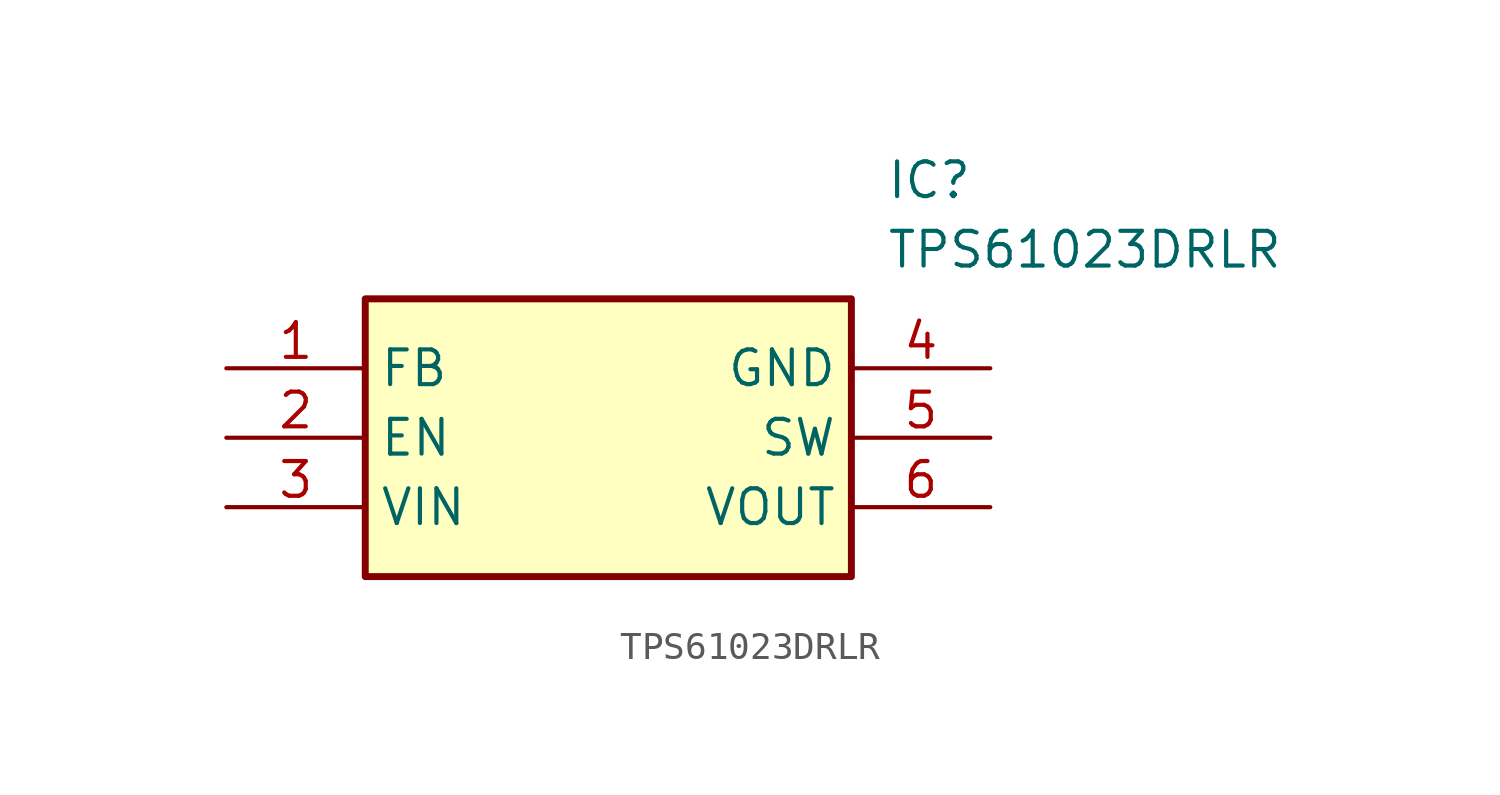
<source format=kicad_sym>
(kicad_symbol_lib
  (version 20211014)
  (generator SamacSys_ECAD_Model)
  (symbol "TPS61023DRLR"
    (property "Reference" "IC"
      (at 24.13 7.62 0)
      (effects (font (size 1.27 1.27)) (justify left top)))
    (property "Value" "TPS61023DRLR"
      (at 24.13 5.08 0)
      (effects (font (size 1.27 1.27)) (justify left top)))
    (rectangle
      (start 5.08 2.54)
      (end 22.86 -7.62)
      (stroke (width 0.254) (type default))
      (fill (type background)))
    (pin passive line
      (at 0 0 0)
      (length 5.08)
      (name "FB" (effects (font (size 1.27 1.27))))
      (number "1" (effects (font (size 1.27 1.27)))))
    (pin passive line
      (at 0 -2.54 0)
      (length 5.08)
      (name "EN" (effects (font (size 1.27 1.27))))
      (number "2" (effects (font (size 1.27 1.27)))))
    (pin passive line
      (at 0 -5.08 0)
      (length 5.08)
      (name "VIN" (effects (font (size 1.27 1.27))))
      (number "3" (effects (font (size 1.27 1.27)))))
    (pin passive line
      (at 27.94 0 180)
      (length 5.08)
      (name "GND" (effects (font (size 1.27 1.27))))
      (number "4" (effects (font (size 1.27 1.27)))))
    (pin passive line
      (at 27.94 -2.54 180)
      (length 5.08)
      (name "SW" (effects (font (size 1.27 1.27))))
      (number "5" (effects (font (size 1.27 1.27)))))
    (pin passive line
      (at 27.94 -5.08 180)
      (length 5.08)
      (name "VOUT" (effects (font (size 1.27 1.27))))
      (number "6" (effects (font (size 1.27 1.27)))))))
</source>
